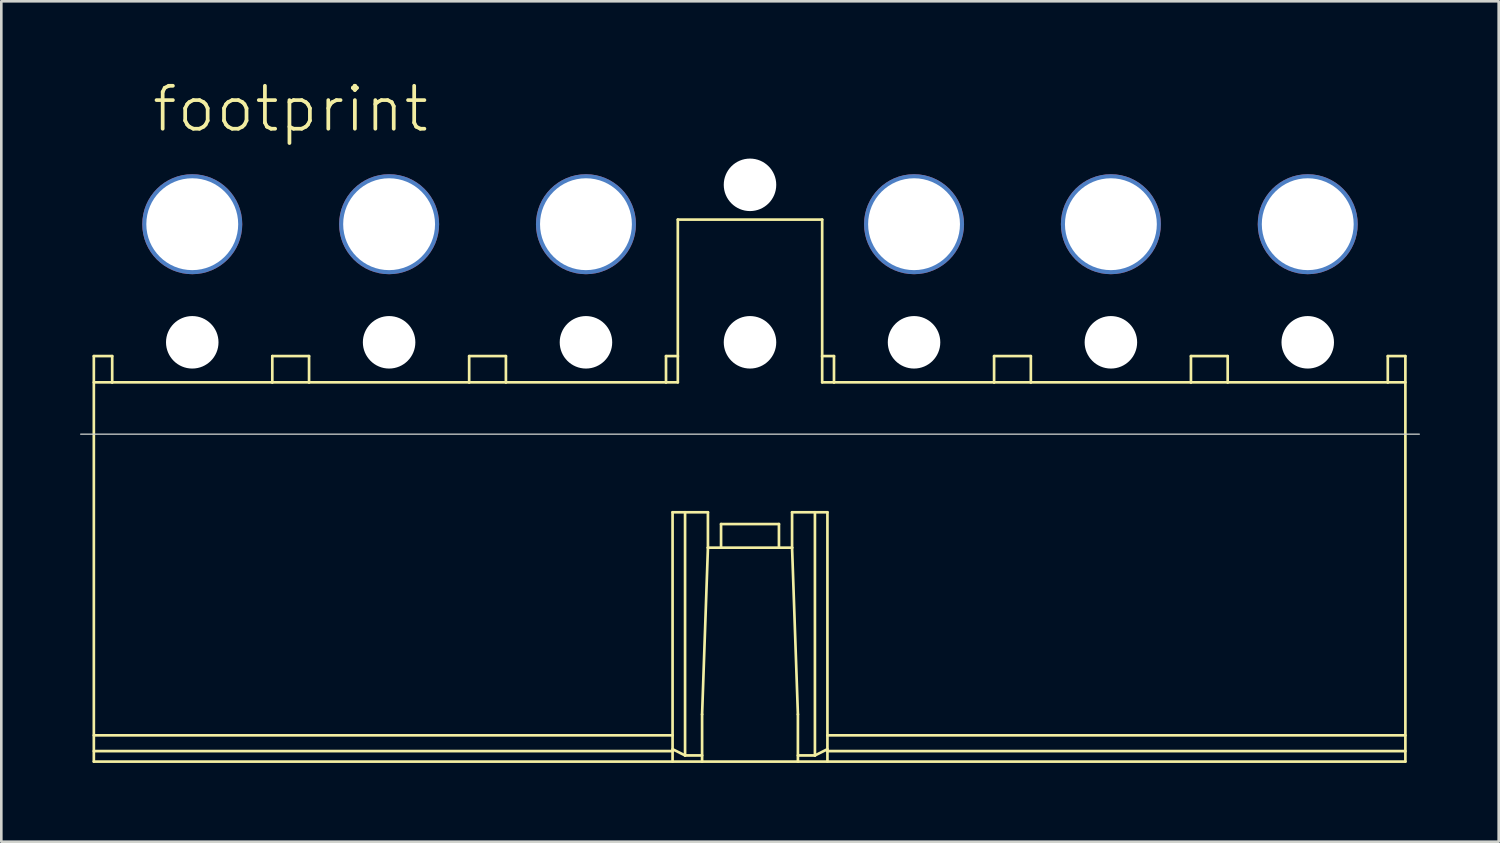
<source format=kicad_pcb>
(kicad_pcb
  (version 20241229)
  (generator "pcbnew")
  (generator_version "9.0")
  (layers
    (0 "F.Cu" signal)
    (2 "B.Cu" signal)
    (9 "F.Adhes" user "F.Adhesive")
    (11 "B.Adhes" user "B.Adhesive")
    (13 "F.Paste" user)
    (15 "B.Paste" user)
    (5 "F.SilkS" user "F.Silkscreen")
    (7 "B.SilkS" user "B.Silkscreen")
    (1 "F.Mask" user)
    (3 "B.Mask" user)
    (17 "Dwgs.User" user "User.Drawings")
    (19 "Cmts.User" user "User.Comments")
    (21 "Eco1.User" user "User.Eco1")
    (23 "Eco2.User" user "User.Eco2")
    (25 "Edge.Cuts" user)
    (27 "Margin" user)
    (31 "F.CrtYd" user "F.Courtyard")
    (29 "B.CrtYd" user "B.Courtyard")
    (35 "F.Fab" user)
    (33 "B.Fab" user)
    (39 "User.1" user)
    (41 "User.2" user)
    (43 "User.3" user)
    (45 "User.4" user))
  (footprint "footprint"
    (layer "F.Cu")
    (at 25.525 9.992)
    (property "Reference" "footprint" (at -22.86 -7.93 0) (layer "F.SilkS") (effects (font (size 1.636 1.636) (thickness 0.142)) (justify left bottom)))
    (fp_line (start -25 0.525) (end -25 15.975) (stroke (width 0.102) (type solid)) (layer "F.SilkS"))
    (fp_line (start -25 1.525) (end -24.3 1.525) (stroke (width 0.102) (type solid)) (layer "F.SilkS"))
    (fp_line (start -25 14.975) (end -2.95 14.975) (stroke (width 0.102) (type solid)) (layer "F.SilkS"))
    (fp_line (start -25 15.575) (end -2.95 15.575) (stroke (width 0.102) (type solid)) (layer "F.SilkS"))
    (fp_line (start -25 15.975) (end -1.825 15.975) (stroke (width 0.102) (type solid)) (layer "F.SilkS"))
    (fp_line (start -24.3 0.525) (end -25 0.525) (stroke (width 0.102) (type solid)) (layer "F.SilkS"))
    (fp_line (start -24.3 1.525) (end -24.3 0.525) (stroke (width 0.102) (type solid)) (layer "F.SilkS"))
    (fp_line (start -18.2 0.525) (end -18.2 1.525) (stroke (width 0.102) (type solid)) (layer "F.SilkS"))
    (fp_line (start -18.2 1.525) (end -24.3 1.525) (stroke (width 0.102) (type solid)) (layer "F.SilkS"))
    (fp_line (start -18.2 1.525) (end -16.8 1.525) (stroke (width 0.102) (type solid)) (layer "F.SilkS"))
    (fp_line (start -16.8 0.525) (end -18.2 0.525) (stroke (width 0.102) (type solid)) (layer "F.SilkS"))
    (fp_line (start -16.8 1.525) (end -16.8 0.525) (stroke (width 0.102) (type solid)) (layer "F.SilkS"))
    (fp_line (start -10.7 0.525) (end -10.7 1.525) (stroke (width 0.102) (type solid)) (layer "F.SilkS"))
    (fp_line (start -10.7 1.525) (end -16.8 1.525) (stroke (width 0.102) (type solid)) (layer "F.SilkS"))
    (fp_line (start -10.7 1.525) (end -9.3 1.525) (stroke (width 0.102) (type solid)) (layer "F.SilkS"))
    (fp_line (start -9.3 0.525) (end -10.7 0.525) (stroke (width 0.102) (type solid)) (layer "F.SilkS"))
    (fp_line (start -9.3 1.525) (end -9.3 0.525) (stroke (width 0.102) (type solid)) (layer "F.SilkS"))
    (fp_line (start -3.2 0.525) (end -3.2 1.525) (stroke (width 0.102) (type solid)) (layer "F.SilkS"))
    (fp_line (start -3.2 1.525) (end -9.3 1.525) (stroke (width 0.102) (type solid)) (layer "F.SilkS"))
    (fp_line (start -3.2 1.525) (end -2.75 1.525) (stroke (width 0.102) (type solid)) (layer "F.SilkS"))
    (fp_line (start -2.95 6.475) (end -1.603 6.475) (stroke (width 0.102) (type solid)) (layer "F.SilkS"))
    (fp_line (start -2.95 15.502) (end -2.474 15.74) (stroke (width 0.102) (type solid)) (layer "F.SilkS"))
    (fp_line (start -2.95 15.975) (end -2.95 6.475) (stroke (width 0.102) (type solid)) (layer "F.SilkS"))
    (fp_line (start -2.75 -4.675) (end -2.75 0.525) (stroke (width 0.102) (type solid)) (layer "F.SilkS"))
    (fp_line (start -2.75 -4.675) (end 2.75 -4.675) (stroke (width 0.102) (type solid)) (layer "F.SilkS"))
    (fp_line (start -2.75 0.525) (end -3.2 0.525) (stroke (width 0.102) (type solid)) (layer "F.SilkS"))
    (fp_line (start -2.75 1.525) (end -2.75 0.525) (stroke (width 0.102) (type solid)) (layer "F.SilkS"))
    (fp_line (start -2.474 15.74) (end -2.474 6.475) (stroke (width 0.102) (type solid)) (layer "F.SilkS"))
    (fp_line (start -2.474 15.74) (end -1.825 15.74) (stroke (width 0.102) (type solid)) (layer "F.SilkS"))
    (fp_line (start -1.825 14.175) (end -1.603 7.825) (stroke (width 0.102) (type solid)) (layer "F.SilkS"))
    (fp_line (start -1.825 15.975) (end -1.825 14.175) (stroke (width 0.102) (type solid)) (layer "F.SilkS"))
    (fp_line (start -1.825 15.975) (end 1.825 15.975) (stroke (width 0.102) (type solid)) (layer "F.SilkS"))
    (fp_line (start -1.603 7.825) (end -1.603 6.475) (stroke (width 0.102) (type solid)) (layer "F.SilkS"))
    (fp_line (start -1.103 6.925) (end -1.103 7.825) (stroke (width 0.102) (type solid)) (layer "F.SilkS"))
    (fp_line (start -1.103 6.925) (end 1.103 6.925) (stroke (width 0.102) (type solid)) (layer "F.SilkS"))
    (fp_line (start 1.103 6.925) (end 1.103 7.825) (stroke (width 0.102) (type solid)) (layer "F.SilkS"))
    (fp_line (start 1.603 7.825) (end -1.603 7.825) (stroke (width 0.102) (type solid)) (layer "F.SilkS"))
    (fp_line (start 1.603 7.825) (end 1.603 6.475) (stroke (width 0.102) (type solid)) (layer "F.SilkS"))
    (fp_line (start 1.825 14.175) (end 1.603 7.825) (stroke (width 0.102) (type solid)) (layer "F.SilkS"))
    (fp_line (start 1.825 15.975) (end 1.825 14.175) (stroke (width 0.102) (type solid)) (layer "F.SilkS"))
    (fp_line (start 2.474 15.74) (end 1.825 15.74) (stroke (width 0.102) (type solid)) (layer "F.SilkS"))
    (fp_line (start 2.474 15.74) (end 2.474 6.475) (stroke (width 0.102) (type solid)) (layer "F.SilkS"))
    (fp_line (start 2.75 -4.675) (end 2.75 0.525) (stroke (width 0.102) (type solid)) (layer "F.SilkS"))
    (fp_line (start 2.75 0.525) (end 3.2 0.525) (stroke (width 0.102) (type solid)) (layer "F.SilkS"))
    (fp_line (start 2.75 1.525) (end 2.75 0.525) (stroke (width 0.102) (type solid)) (layer "F.SilkS"))
    (fp_line (start 2.95 6.475) (end 1.603 6.475) (stroke (width 0.102) (type solid)) (layer "F.SilkS"))
    (fp_line (start 2.95 14.975) (end 24.97 14.975) (stroke (width 0.102) (type solid)) (layer "F.SilkS"))
    (fp_line (start 2.95 15.502) (end 2.474 15.74) (stroke (width 0.102) (type solid)) (layer "F.SilkS"))
    (fp_line (start 2.95 15.575) (end 24.97 15.575) (stroke (width 0.102) (type solid)) (layer "F.SilkS"))
    (fp_line (start 2.95 15.975) (end 2.95 6.475) (stroke (width 0.102) (type solid)) (layer "F.SilkS"))
    (fp_line (start 3.2 0.525) (end 3.2 1.525) (stroke (width 0.102) (type solid)) (layer "F.SilkS"))
    (fp_line (start 3.2 1.525) (end 2.75 1.525) (stroke (width 0.102) (type solid)) (layer "F.SilkS"))
    (fp_line (start 3.2 1.525) (end 9.3 1.525) (stroke (width 0.102) (type solid)) (layer "F.SilkS"))
    (fp_line (start 9.3 0.525) (end 10.7 0.525) (stroke (width 0.102) (type solid)) (layer "F.SilkS"))
    (fp_line (start 9.3 1.525) (end 9.3 0.525) (stroke (width 0.102) (type solid)) (layer "F.SilkS"))
    (fp_line (start 10.7 0.525) (end 10.7 1.525) (stroke (width 0.102) (type solid)) (layer "F.SilkS"))
    (fp_line (start 10.7 1.525) (end 9.3 1.525) (stroke (width 0.102) (type solid)) (layer "F.SilkS"))
    (fp_line (start 10.7 1.525) (end 16.8 1.525) (stroke (width 0.102) (type solid)) (layer "F.SilkS"))
    (fp_line (start 16.8 0.525) (end 18.2 0.525) (stroke (width 0.102) (type solid)) (layer "F.SilkS"))
    (fp_line (start 16.8 1.525) (end 16.8 0.525) (stroke (width 0.102) (type solid)) (layer "F.SilkS"))
    (fp_line (start 18.2 0.525) (end 18.2 1.525) (stroke (width 0.102) (type solid)) (layer "F.SilkS"))
    (fp_line (start 18.2 1.525) (end 16.8 1.525) (stroke (width 0.102) (type solid)) (layer "F.SilkS"))
    (fp_line (start 18.2 1.525) (end 24.3 1.525) (stroke (width 0.102) (type solid)) (layer "F.SilkS"))
    (fp_line (start 24.3 0.525) (end 24.97 0.525) (stroke (width 0.102) (type solid)) (layer "F.SilkS"))
    (fp_line (start 24.3 1.525) (end 24.3 0.525) (stroke (width 0.102) (type solid)) (layer "F.SilkS"))
    (fp_line (start 24.3 1.525) (end 24.97 1.525) (stroke (width 0.102) (type solid)) (layer "F.SilkS"))
    (fp_line (start 24.97 0.525) (end 24.97 15.975) (stroke (width 0.102) (type solid)) (layer "F.SilkS"))
    (fp_line (start 24.97 15.975) (end 1.825 15.975) (stroke (width 0.102) (type solid)) (layer "F.SilkS"))
    (fp_line (start -25.5 3.5) (end 25.5 3.5) (stroke (width 0.05) (type solid)) (layer "Edge.Cuts"))
    (pad "" np_thru_hole circle (at -21.25 0) (size 2 2) (drill 2) (layers "*.Cu" "*.Mask"))
    (pad "" np_thru_hole circle (at -13.75 0) (size 2 2) (drill 2) (layers "*.Cu" "*.Mask"))
    (pad "" np_thru_hole circle (at -6.25 0) (size 2 2) (drill 2) (layers "*.Cu" "*.Mask"))
    (pad "" np_thru_hole circle (at 0 -6) (size 2 2) (drill 2) (layers "*.Cu" "*.Mask"))
    (pad "" np_thru_hole circle (at 0 0) (size 2 2) (drill 2) (layers "*.Cu" "*.Mask"))
    (pad "" np_thru_hole circle (at 6.25 0) (size 2 2) (drill 2) (layers "*.Cu" "*.Mask"))
    (pad "" np_thru_hole circle (at 13.75 0) (size 2 2) (drill 2) (layers "*.Cu" "*.Mask"))
    (pad "" np_thru_hole circle (at 21.25 0) (size 2 2) (drill 2) (layers "*.Cu" "*.Mask"))
    (pad "2" thru_hole circle (at 21.25 -4.5) (size 3.81 3.81) (drill 3.5) (layers "*.Cu" "*.Mask"))
    (pad "6" thru_hole circle (at 13.75 -4.5) (size 3.81 3.81) (drill 3.5) (layers "*.Cu" "*.Mask"))
    (pad "10" thru_hole circle (at 6.25 -4.5) (size 3.81 3.81) (drill 3.5) (layers "*.Cu" "*.Mask"))
    (pad "16" thru_hole circle (at -6.25 -4.5) (size 3.81 3.81) (drill 3.5) (layers "*.Cu" "*.Mask"))
    (pad "20" thru_hole circle (at -13.75 -4.5) (size 3.81 3.81) (drill 3.5) (layers "*.Cu" "*.Mask"))
    (pad "24" thru_hole circle (at -21.25 -4.5) (size 3.81 3.81) (drill 3.5) (layers "*.Cu" "*.Mask")))
  (gr_rect
    (start -3 -3)
    (end 54.05 29.018)
    (stroke (width 0.1) (type default))
    (fill no)
    (layer "Edge.Cuts")))
</source>
